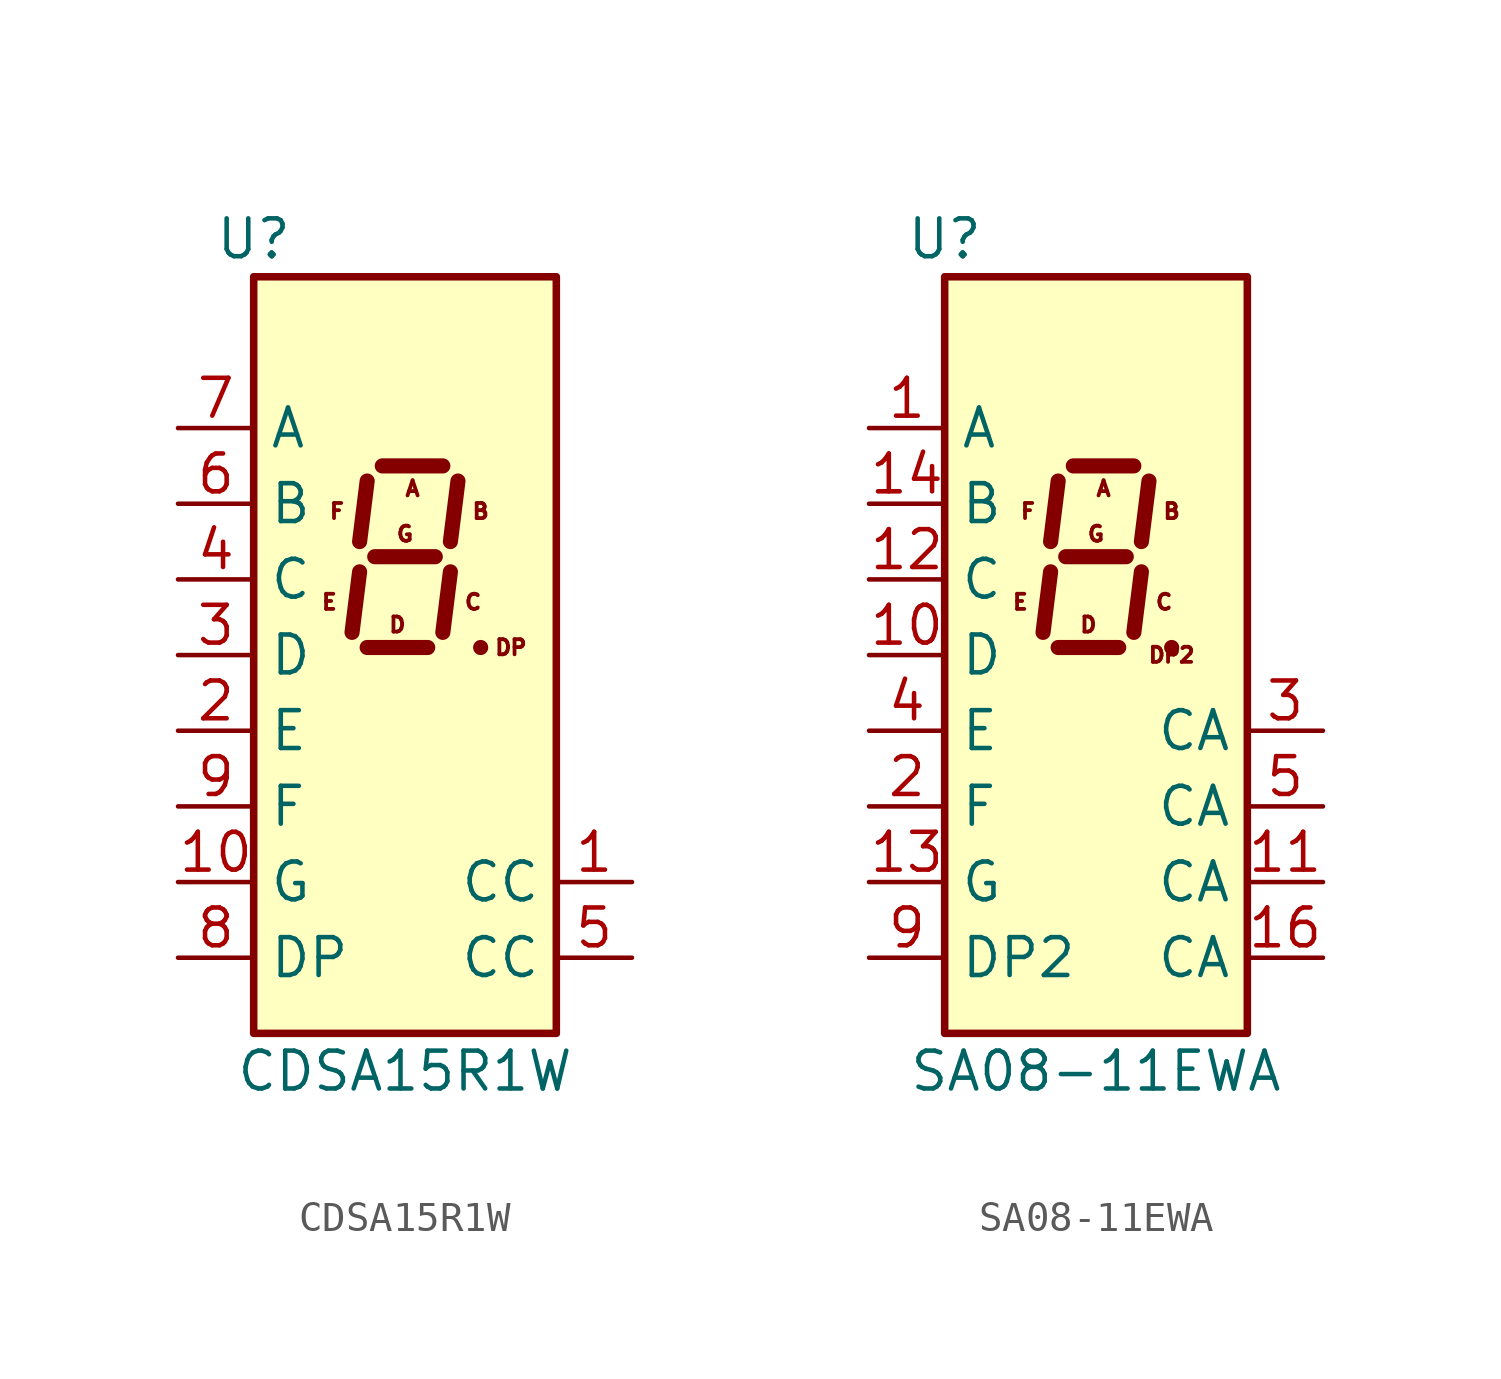
<source format=kicad_sym>
(kicad_symbol_lib
  (version 20211014)
  (generator kicad_symbol_editor)
  (symbol "CDSA15R1W"
    (property "Reference" "U"
      (at -5.08 15.24 0)
      (effects (font (size 1.27 1.27))))
    (property "Value" "CDSA15R1W"
      (at 0 -12.7 0)
      (effects (font (size 1.27 1.27))))
    (symbol "CDSA15R1W_0_0"
      (text "A" (at 0.254 6.858 0) (effects (font (size 0.508 0.508))))
      (text "B" (at 2.54 6.096 0) (effects (font (size 0.508 0.508))))
      (text "C" (at 2.286 3.048 0) (effects (font (size 0.508 0.508))))
      (text "D" (at -0.254 2.286 0) (effects (font (size 0.508 0.508))))
      (text "DP" (at 3.556 1.524 0) (effects (font (size 0.508 0.508))))
      (text "E" (at -2.54 3.048 0) (effects (font (size 0.508 0.508))))
      (text "F" (at -2.286 6.096 0) (effects (font (size 0.508 0.508))))
      (text "G" (at 0 5.334 0) (effects (font (size 0.508 0.508)))))
    (symbol "CDSA15R1W_0_1"
      (rectangle (start -5.08 13.97) (end 5.08 -11.43) (stroke (width 0.254) (type default) (color 0 0 0 0)) (fill (type background)))
      (polyline (pts (xy -1.524 4.064) (xy -1.778 2.032)) (stroke (width 0.508) (type default) (color 0 0 0 0)) (fill (type none)))
      (polyline (pts (xy -1.27 1.524) (xy 0.762 1.524)) (stroke (width 0.508) (type default) (color 0 0 0 0)) (fill (type none)))
      (polyline (pts (xy -1.27 7.112) (xy -1.524 5.08)) (stroke (width 0.508) (type default) (color 0 0 0 0)) (fill (type none)))
      (polyline (pts (xy -1.016 4.572) (xy 1.016 4.572)) (stroke (width 0.508) (type default) (color 0 0 0 0)) (fill (type none)))
      (polyline (pts (xy -0.762 7.62) (xy 1.27 7.62)) (stroke (width 0.508) (type default) (color 0 0 0 0)) (fill (type none)))
      (polyline (pts (xy 1.524 4.064) (xy 1.27 2.032)) (stroke (width 0.508) (type default) (color 0 0 0 0)) (fill (type none)))
      (polyline (pts (xy 1.778 7.112) (xy 1.524 5.08)) (stroke (width 0.508) (type default) (color 0 0 0 0)) (fill (type none)))
      (polyline (pts (xy 2.54 1.524) (xy 2.54 1.524)) (stroke (width 0.508) (type default) (color 0 0 0 0)) (fill (type none))))
    (symbol "CDSA15R1W_1_1"
      (pin input line (at 7.62 -6.35 180) (length 2.54) (name "CC" (effects (font (size 1.27 1.27)))) (number "1" (effects (font (size 1.27 1.27)))))
      (pin input line (at -7.62 -6.35 0) (length 2.54) (name "G" (effects (font (size 1.27 1.27)))) (number "10" (effects (font (size 1.27 1.27)))))
      (pin input line (at -7.62 -1.27 0) (length 2.54) (name "E" (effects (font (size 1.27 1.27)))) (number "2" (effects (font (size 1.27 1.27)))))
      (pin input line (at -7.62 1.27 0) (length 2.54) (name "D" (effects (font (size 1.27 1.27)))) (number "3" (effects (font (size 1.27 1.27)))))
      (pin input line (at -7.62 3.81 0) (length 2.54) (name "C" (effects (font (size 1.27 1.27)))) (number "4" (effects (font (size 1.27 1.27)))))
      (pin input line (at 7.62 -8.89 180) (length 2.54) (name "CC" (effects (font (size 1.27 1.27)))) (number "5" (effects (font (size 1.27 1.27)))))
      (pin input line (at -7.62 6.35 0) (length 2.54) (name "B" (effects (font (size 1.27 1.27)))) (number "6" (effects (font (size 1.27 1.27)))))
      (pin input line (at -7.62 8.89 0) (length 2.54) (name "A" (effects (font (size 1.27 1.27)))) (number "7" (effects (font (size 1.27 1.27)))))
      (pin input line (at -7.62 -8.89 0) (length 2.54) (name "DP" (effects (font (size 1.27 1.27)))) (number "8" (effects (font (size 1.27 1.27)))))
      (pin input line (at -7.62 -3.81 0) (length 2.54) (name "F" (effects (font (size 1.27 1.27)))) (number "9" (effects (font (size 1.27 1.27)))))))
  (symbol "SA08-11EWA"
    (property "Reference" "U"
      (at -5.08 15.24 0)
      (effects (font (size 1.27 1.27))))
    (property "Value" "SA08-11EWA"
      (at 0 -12.7 0)
      (effects (font (size 1.27 1.27))))
    (symbol "SA08-11EWA_0_0"
      (text "A" (at 0.254 6.858 0) (effects (font (size 0.508 0.508))))
      (text "B" (at 2.54 6.096 0) (effects (font (size 0.508 0.508))))
      (text "C" (at 2.286 3.048 0) (effects (font (size 0.508 0.508))))
      (text "D" (at -0.254 2.286 0) (effects (font (size 0.508 0.508))))
      (text "DP2" (at 2.54 1.27 0) (effects (font (size 0.508 0.508))))
      (text "E" (at -2.54 3.048 0) (effects (font (size 0.508 0.508))))
      (text "F" (at -2.286 6.096 0) (effects (font (size 0.508 0.508))))
      (text "G" (at 0 5.334 0) (effects (font (size 0.508 0.508)))))
    (symbol "SA08-11EWA_0_1"
      (rectangle (start -5.08 13.97) (end 5.08 -11.43) (stroke (width 0.254) (type default) (color 0 0 0 0)) (fill (type background)))
      (polyline (pts (xy -1.524 4.064) (xy -1.778 2.032)) (stroke (width 0.508) (type default) (color 0 0 0 0)) (fill (type none)))
      (polyline (pts (xy -1.27 1.524) (xy 0.762 1.524)) (stroke (width 0.508) (type default) (color 0 0 0 0)) (fill (type none)))
      (polyline (pts (xy -1.27 7.112) (xy -1.524 5.08)) (stroke (width 0.508) (type default) (color 0 0 0 0)) (fill (type none)))
      (polyline (pts (xy -1.016 4.572) (xy 1.016 4.572)) (stroke (width 0.508) (type default) (color 0 0 0 0)) (fill (type none)))
      (polyline (pts (xy -0.762 7.62) (xy 1.27 7.62)) (stroke (width 0.508) (type default) (color 0 0 0 0)) (fill (type none)))
      (polyline (pts (xy 1.524 4.064) (xy 1.27 2.032)) (stroke (width 0.508) (type default) (color 0 0 0 0)) (fill (type none)))
      (polyline (pts (xy 1.778 7.112) (xy 1.524 5.08)) (stroke (width 0.508) (type default) (color 0 0 0 0)) (fill (type none)))
      (polyline (pts (xy 2.54 1.524) (xy 2.54 1.524)) (stroke (width 0.508) (type default) (color 0 0 0 0)) (fill (type none))))
    (symbol "SA08-11EWA_1_1"
      (pin input line (at -7.62 8.89 0) (length 2.54) (name "A" (effects (font (size 1.27 1.27)))) (number "1" (effects (font (size 1.27 1.27)))))
      (pin input line (at -7.62 1.27 0) (length 2.54) (name "D" (effects (font (size 1.27 1.27)))) (number "10" (effects (font (size 1.27 1.27)))))
      (pin input line (at 7.62 -6.35 180) (length 2.54) (name "CA" (effects (font (size 1.27 1.27)))) (number "11" (effects (font (size 1.27 1.27)))))
      (pin input line (at -7.62 3.81 0) (length 2.54) (name "C" (effects (font (size 1.27 1.27)))) (number "12" (effects (font (size 1.27 1.27)))))
      (pin input line (at -7.62 -6.35 0) (length 2.54) (name "G" (effects (font (size 1.27 1.27)))) (number "13" (effects (font (size 1.27 1.27)))))
      (pin input line (at -7.62 6.35 0) (length 2.54) (name "B" (effects (font (size 1.27 1.27)))) (number "14" (effects (font (size 1.27 1.27)))))
      (pin input line (at 7.62 -8.89 180) (length 2.54) (name "CA" (effects (font (size 1.27 1.27)))) (number "16" (effects (font (size 1.27 1.27)))))
      (pin input line (at -7.62 -3.81 0) (length 2.54) (name "F" (effects (font (size 1.27 1.27)))) (number "2" (effects (font (size 1.27 1.27)))))
      (pin input line (at 7.62 -1.27 180) (length 2.54) (name "CA" (effects (font (size 1.27 1.27)))) (number "3" (effects (font (size 1.27 1.27)))))
      (pin input line (at -7.62 -1.27 0) (length 2.54) (name "E" (effects (font (size 1.27 1.27)))) (number "4" (effects (font (size 1.27 1.27)))))
      (pin input line (at 7.62 -3.81 180) (length 2.54) (name "CA" (effects (font (size 1.27 1.27)))) (number "5" (effects (font (size 1.27 1.27)))))
      (pin no_connect line (at 7.62 8.89 180) (length 2.54) hide (name "NC" (effects (font (size 1.27 1.27)))) (number "6" (effects (font (size 1.27 1.27)))))
      (pin input line (at -7.62 -8.89 0) (length 2.54) (name "DP2" (effects (font (size 1.27 1.27)))) (number "9" (effects (font (size 1.27 1.27))))))))
</source>
